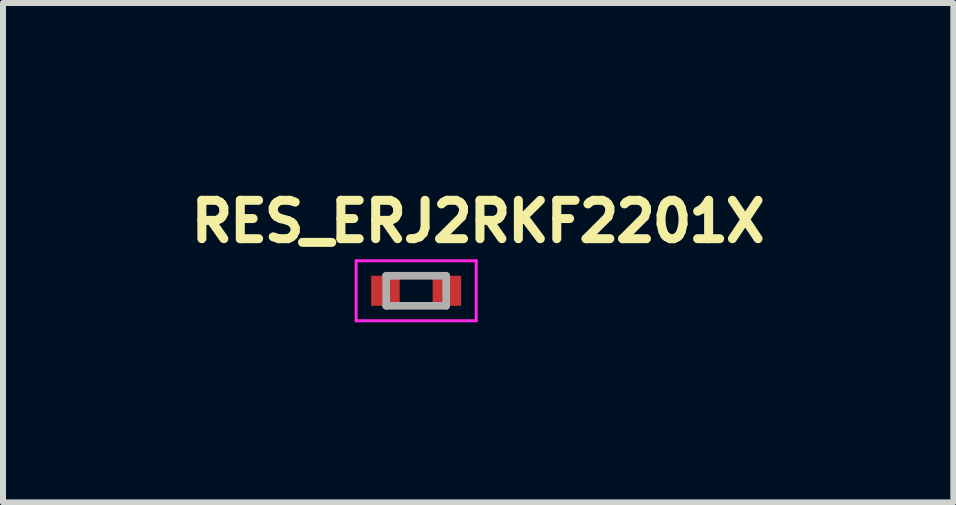
<source format=kicad_pcb>
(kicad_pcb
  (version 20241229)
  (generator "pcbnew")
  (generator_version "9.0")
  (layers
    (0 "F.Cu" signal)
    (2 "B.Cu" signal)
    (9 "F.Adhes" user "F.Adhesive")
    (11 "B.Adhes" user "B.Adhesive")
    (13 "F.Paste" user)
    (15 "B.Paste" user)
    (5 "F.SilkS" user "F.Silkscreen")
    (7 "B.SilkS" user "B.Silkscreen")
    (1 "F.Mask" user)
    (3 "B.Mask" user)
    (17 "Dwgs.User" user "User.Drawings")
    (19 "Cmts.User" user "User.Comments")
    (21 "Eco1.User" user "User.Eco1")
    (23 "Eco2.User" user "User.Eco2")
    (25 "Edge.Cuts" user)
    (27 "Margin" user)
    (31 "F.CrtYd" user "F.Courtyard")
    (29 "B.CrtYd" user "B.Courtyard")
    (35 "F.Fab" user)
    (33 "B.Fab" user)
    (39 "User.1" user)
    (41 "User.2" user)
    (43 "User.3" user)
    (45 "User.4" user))
  (footprint "RES_ERJ2RKF2201X"
    (layer "F.Cu")
    (at 3.883 1.794)
    (property "Reference" "RES_ERJ2RKF2201X" (at 1.032 -1.156 0) (layer "F.SilkS") (effects (font (size 0.64 0.64) (thickness 0.15))))
    (attr smd)
    (fp_line (start -1 -0.5) (end -1 0.5) (stroke (width 0.05) (type solid)) (layer "F.CrtYd"))
    (fp_line (start -1 0.5) (end 1 0.5) (stroke (width 0.05) (type solid)) (layer "F.CrtYd"))
    (fp_line (start 1 -0.5) (end -1 -0.5) (stroke (width 0.05) (type solid)) (layer "F.CrtYd"))
    (fp_line (start 1 0.5) (end 1 -0.5) (stroke (width 0.05) (type solid)) (layer "F.CrtYd"))
    (fp_line (start -0.5 -0.25) (end -0.5 0.25) (stroke (width 0.127) (type solid)) (layer "F.Fab"))
    (fp_line (start -0.5 -0.25) (end 0.5 -0.25) (stroke (width 0.127) (type solid)) (layer "F.Fab"))
    (fp_line (start -0.5 0.25) (end 0.5 0.25) (stroke (width 0.127) (type solid)) (layer "F.Fab"))
    (fp_line (start 0.5 -0.25) (end 0.5 0.25) (stroke (width 0.127) (type solid)) (layer "F.Fab"))
    (pad "1" smd rect (at -0.512 0) (size 0.475 0.5) (layers "F.Cu" "F.Mask" "F.Paste"))
    (pad "2" smd rect (at 0.512 0) (size 0.475 0.5) (layers "F.Cu" "F.Mask" "F.Paste")))
  (gr_rect
    (start -3 -3)
    (end 12.831 5.319)
    (stroke (width 0.1) (type default))
    (fill no)
    (layer "Edge.Cuts")))
</source>
